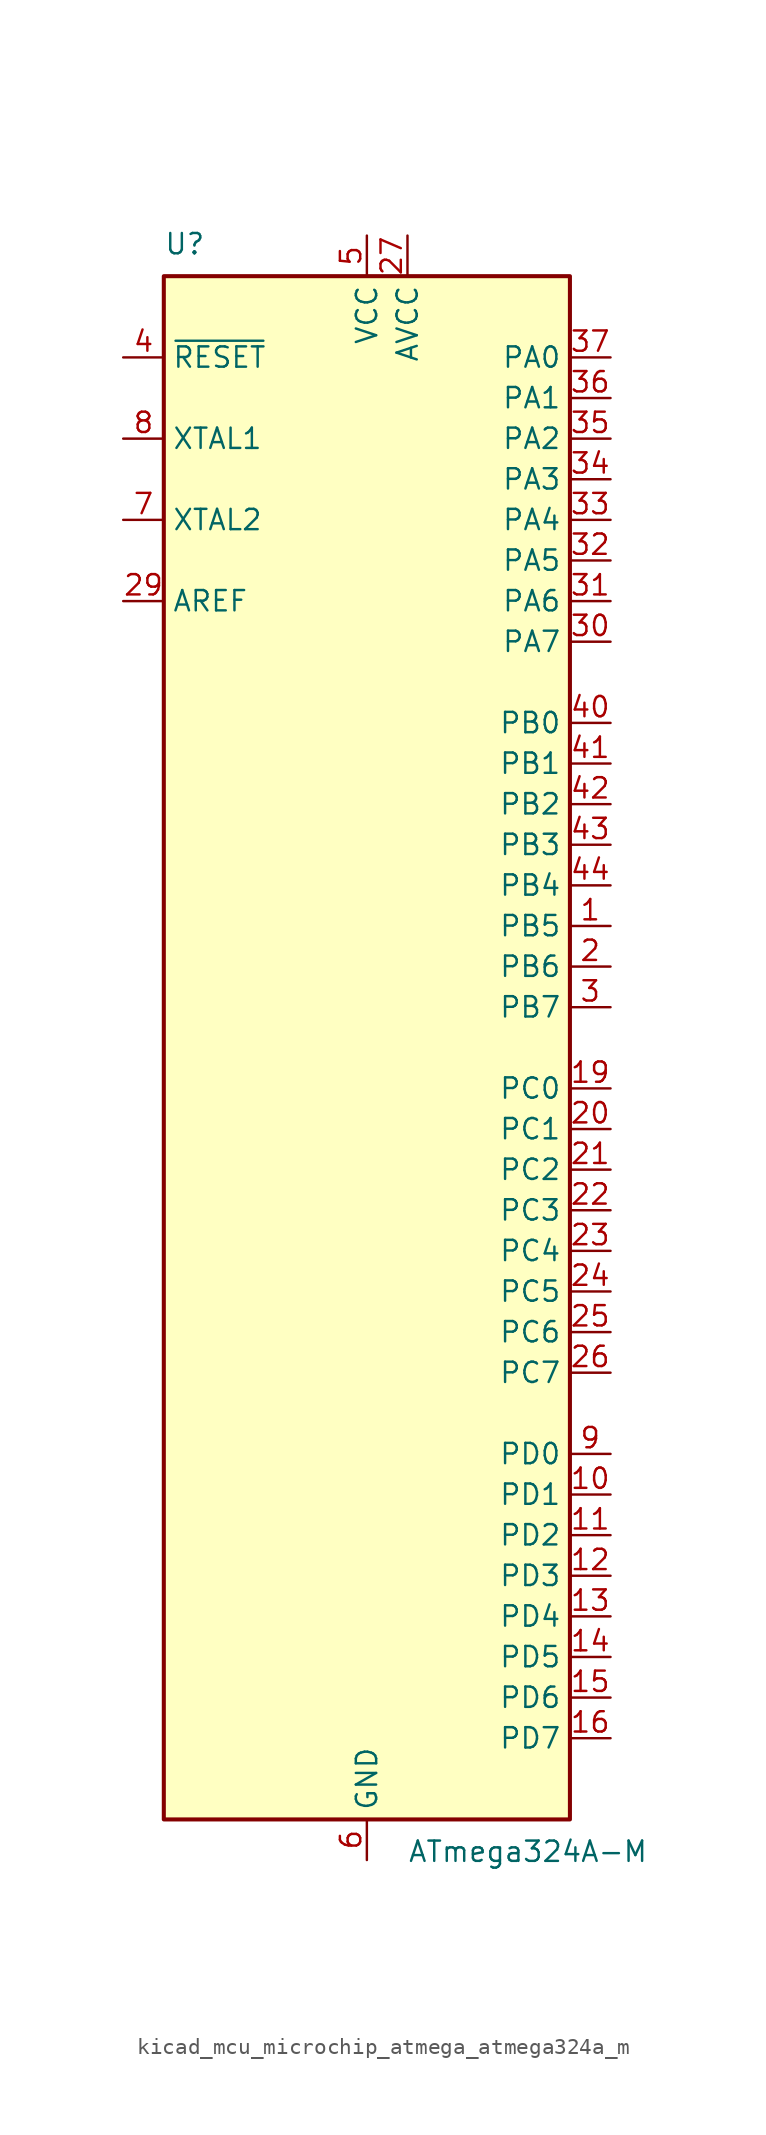
<source format=kicad_sym>
(kicad_symbol_lib
  (version 20220914)
  (generator kicad_symbol_editor)
  (symbol "kicad_mcu_microchip_atmega_atmega324a_m"
    (property "Reference" "U"
      (at -12.7 49.53 0)
      (effects (font (size 1.27 1.27)) (justify left bottom)))
    (property "Value" "ATmega324A-M"
      (at 2.54 -49.53 0)
      (effects (font (size 1.27 1.27)) (justify left top)))
    (symbol "kicad_mcu_microchip_atmega_atmega324a_m_0_1"
      (rectangle (start -12.7 -48.26) (end 12.7 48.26) (stroke (width 0.254) (type default)) (fill (type background))))
    (symbol "kicad_mcu_microchip_atmega_atmega324a_m_1_1"
      (pin bidirectional line (at 15.24 7.62 180) (length 2.54) (name "PB5" (effects (font (size 1.27 1.27)))) (number "1" (effects (font (size 1.27 1.27)))))
      (pin bidirectional line (at 15.24 -27.94 180) (length 2.54) (name "PD1" (effects (font (size 1.27 1.27)))) (number "10" (effects (font (size 1.27 1.27)))))
      (pin bidirectional line (at 15.24 -30.48 180) (length 2.54) (name "PD2" (effects (font (size 1.27 1.27)))) (number "11" (effects (font (size 1.27 1.27)))))
      (pin bidirectional line (at 15.24 -33.02 180) (length 2.54) (name "PD3" (effects (font (size 1.27 1.27)))) (number "12" (effects (font (size 1.27 1.27)))))
      (pin bidirectional line (at 15.24 -35.56 180) (length 2.54) (name "PD4" (effects (font (size 1.27 1.27)))) (number "13" (effects (font (size 1.27 1.27)))))
      (pin bidirectional line (at 15.24 -38.1 180) (length 2.54) (name "PD5" (effects (font (size 1.27 1.27)))) (number "14" (effects (font (size 1.27 1.27)))))
      (pin bidirectional line (at 15.24 -40.64 180) (length 2.54) (name "PD6" (effects (font (size 1.27 1.27)))) (number "15" (effects (font (size 1.27 1.27)))))
      (pin bidirectional line (at 15.24 -43.18 180) (length 2.54) (name "PD7" (effects (font (size 1.27 1.27)))) (number "16" (effects (font (size 1.27 1.27)))))
      (pin passive line (at 0 50.8 270) (length 2.54) hide (name "VCC" (effects (font (size 1.27 1.27)))) (number "17" (effects (font (size 1.27 1.27)))))
      (pin passive line (at 0 -50.8 90) (length 2.54) hide (name "GND" (effects (font (size 1.27 1.27)))) (number "18" (effects (font (size 1.27 1.27)))))
      (pin bidirectional line (at 15.24 -2.54 180) (length 2.54) (name "PC0" (effects (font (size 1.27 1.27)))) (number "19" (effects (font (size 1.27 1.27)))))
      (pin bidirectional line (at 15.24 5.08 180) (length 2.54) (name "PB6" (effects (font (size 1.27 1.27)))) (number "2" (effects (font (size 1.27 1.27)))))
      (pin bidirectional line (at 15.24 -5.08 180) (length 2.54) (name "PC1" (effects (font (size 1.27 1.27)))) (number "20" (effects (font (size 1.27 1.27)))))
      (pin bidirectional line (at 15.24 -7.62 180) (length 2.54) (name "PC2" (effects (font (size 1.27 1.27)))) (number "21" (effects (font (size 1.27 1.27)))))
      (pin bidirectional line (at 15.24 -10.16 180) (length 2.54) (name "PC3" (effects (font (size 1.27 1.27)))) (number "22" (effects (font (size 1.27 1.27)))))
      (pin bidirectional line (at 15.24 -12.7 180) (length 2.54) (name "PC4" (effects (font (size 1.27 1.27)))) (number "23" (effects (font (size 1.27 1.27)))))
      (pin bidirectional line (at 15.24 -15.24 180) (length 2.54) (name "PC5" (effects (font (size 1.27 1.27)))) (number "24" (effects (font (size 1.27 1.27)))))
      (pin bidirectional line (at 15.24 -17.78 180) (length 2.54) (name "PC6" (effects (font (size 1.27 1.27)))) (number "25" (effects (font (size 1.27 1.27)))))
      (pin bidirectional line (at 15.24 -20.32 180) (length 2.54) (name "PC7" (effects (font (size 1.27 1.27)))) (number "26" (effects (font (size 1.27 1.27)))))
      (pin power_in line (at 2.54 50.8 270) (length 2.54) (name "AVCC" (effects (font (size 1.27 1.27)))) (number "27" (effects (font (size 1.27 1.27)))))
      (pin passive line (at 0 -50.8 90) (length 2.54) hide (name "GND" (effects (font (size 1.27 1.27)))) (number "28" (effects (font (size 1.27 1.27)))))
      (pin passive line (at -15.24 27.94 0) (length 2.54) (name "AREF" (effects (font (size 1.27 1.27)))) (number "29" (effects (font (size 1.27 1.27)))))
      (pin bidirectional line (at 15.24 2.54 180) (length 2.54) (name "PB7" (effects (font (size 1.27 1.27)))) (number "3" (effects (font (size 1.27 1.27)))))
      (pin bidirectional line (at 15.24 25.4 180) (length 2.54) (name "PA7" (effects (font (size 1.27 1.27)))) (number "30" (effects (font (size 1.27 1.27)))))
      (pin bidirectional line (at 15.24 27.94 180) (length 2.54) (name "PA6" (effects (font (size 1.27 1.27)))) (number "31" (effects (font (size 1.27 1.27)))))
      (pin bidirectional line (at 15.24 30.48 180) (length 2.54) (name "PA5" (effects (font (size 1.27 1.27)))) (number "32" (effects (font (size 1.27 1.27)))))
      (pin bidirectional line (at 15.24 33.02 180) (length 2.54) (name "PA4" (effects (font (size 1.27 1.27)))) (number "33" (effects (font (size 1.27 1.27)))))
      (pin bidirectional line (at 15.24 35.56 180) (length 2.54) (name "PA3" (effects (font (size 1.27 1.27)))) (number "34" (effects (font (size 1.27 1.27)))))
      (pin bidirectional line (at 15.24 38.1 180) (length 2.54) (name "PA2" (effects (font (size 1.27 1.27)))) (number "35" (effects (font (size 1.27 1.27)))))
      (pin bidirectional line (at 15.24 40.64 180) (length 2.54) (name "PA1" (effects (font (size 1.27 1.27)))) (number "36" (effects (font (size 1.27 1.27)))))
      (pin bidirectional line (at 15.24 43.18 180) (length 2.54) (name "PA0" (effects (font (size 1.27 1.27)))) (number "37" (effects (font (size 1.27 1.27)))))
      (pin passive line (at 0 50.8 270) (length 2.54) hide (name "VCC" (effects (font (size 1.27 1.27)))) (number "38" (effects (font (size 1.27 1.27)))))
      (pin passive line (at 0 -50.8 90) (length 2.54) hide (name "GND" (effects (font (size 1.27 1.27)))) (number "39" (effects (font (size 1.27 1.27)))))
      (pin input line (at -15.24 43.18 0) (length 2.54) (name "~{RESET}" (effects (font (size 1.27 1.27)))) (number "4" (effects (font (size 1.27 1.27)))))
      (pin bidirectional line (at 15.24 20.32 180) (length 2.54) (name "PB0" (effects (font (size 1.27 1.27)))) (number "40" (effects (font (size 1.27 1.27)))))
      (pin bidirectional line (at 15.24 17.78 180) (length 2.54) (name "PB1" (effects (font (size 1.27 1.27)))) (number "41" (effects (font (size 1.27 1.27)))))
      (pin bidirectional line (at 15.24 15.24 180) (length 2.54) (name "PB2" (effects (font (size 1.27 1.27)))) (number "42" (effects (font (size 1.27 1.27)))))
      (pin bidirectional line (at 15.24 12.7 180) (length 2.54) (name "PB3" (effects (font (size 1.27 1.27)))) (number "43" (effects (font (size 1.27 1.27)))))
      (pin bidirectional line (at 15.24 10.16 180) (length 2.54) (name "PB4" (effects (font (size 1.27 1.27)))) (number "44" (effects (font (size 1.27 1.27)))))
      (pin passive line (at 0 -50.8 90) (length 2.54) hide (name "GND" (effects (font (size 1.27 1.27)))) (number "45" (effects (font (size 1.27 1.27)))))
      (pin power_in line (at 0 50.8 270) (length 2.54) (name "VCC" (effects (font (size 1.27 1.27)))) (number "5" (effects (font (size 1.27 1.27)))))
      (pin power_in line (at 0 -50.8 90) (length 2.54) (name "GND" (effects (font (size 1.27 1.27)))) (number "6" (effects (font (size 1.27 1.27)))))
      (pin output line (at -15.24 33.02 0) (length 2.54) (name "XTAL2" (effects (font (size 1.27 1.27)))) (number "7" (effects (font (size 1.27 1.27)))))
      (pin input line (at -15.24 38.1 0) (length 2.54) (name "XTAL1" (effects (font (size 1.27 1.27)))) (number "8" (effects (font (size 1.27 1.27)))))
      (pin bidirectional line (at 15.24 -25.4 180) (length 2.54) (name "PD0" (effects (font (size 1.27 1.27)))) (number "9" (effects (font (size 1.27 1.27))))))))
</source>
